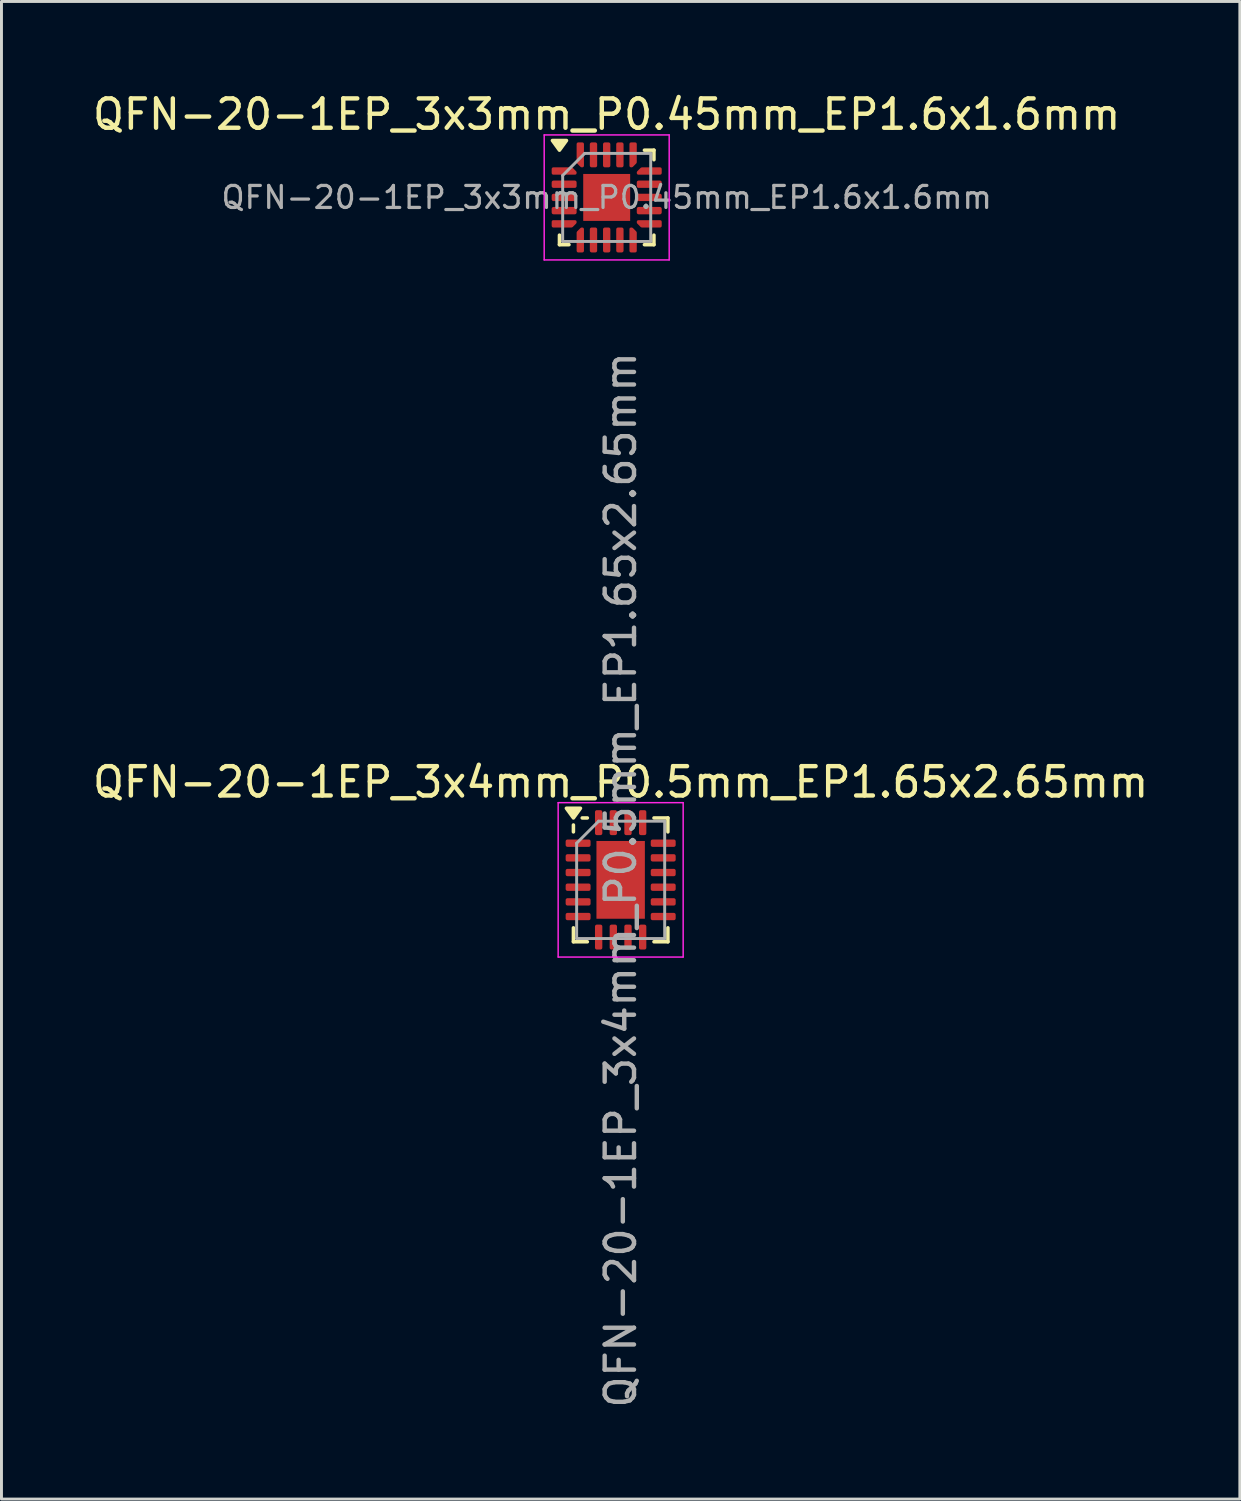
<source format=kicad_pcb>
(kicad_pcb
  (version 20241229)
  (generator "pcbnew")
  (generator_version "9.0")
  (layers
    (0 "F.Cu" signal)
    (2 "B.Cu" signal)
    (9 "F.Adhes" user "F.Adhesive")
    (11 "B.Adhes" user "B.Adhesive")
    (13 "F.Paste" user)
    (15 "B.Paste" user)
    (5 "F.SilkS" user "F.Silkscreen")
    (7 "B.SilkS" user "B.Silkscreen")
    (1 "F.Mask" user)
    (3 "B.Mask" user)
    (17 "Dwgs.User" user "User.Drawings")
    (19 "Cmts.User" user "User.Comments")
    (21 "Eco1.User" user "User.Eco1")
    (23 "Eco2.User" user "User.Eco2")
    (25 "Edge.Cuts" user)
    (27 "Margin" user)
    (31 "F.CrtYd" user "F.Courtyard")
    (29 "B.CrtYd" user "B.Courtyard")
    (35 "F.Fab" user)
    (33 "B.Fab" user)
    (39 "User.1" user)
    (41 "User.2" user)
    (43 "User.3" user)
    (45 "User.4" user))
  (footprint "QFN-20-1EP_3x4mm_P0.5mm_EP1.65x2.65mm"
    (layer "F.Cu")
    (at 18.101 26.934)
    (property "Reference" "QFN-20-1EP_3x4mm_P0.5mm_EP1.65x2.65mm" (at 0 -3.33 0) (layer "F.SilkS") (effects (font (size 1 1) (thickness 0.15))))
    (attr smd)
    (fp_line (start -1.61 -1.635) (end -1.61 -1.87) (stroke (width 0.12) (type solid)) (layer "F.SilkS"))
    (fp_line (start -1.61 2.11) (end -1.61 1.635) (stroke (width 0.12) (type solid)) (layer "F.SilkS"))
    (fp_line (start -1.135 -2.11) (end -1.31 -2.11) (stroke (width 0.12) (type solid)) (layer "F.SilkS"))
    (fp_line (start -1.135 2.11) (end -1.61 2.11) (stroke (width 0.12) (type solid)) (layer "F.SilkS"))
    (fp_line (start 1.135 -2.11) (end 1.61 -2.11) (stroke (width 0.12) (type solid)) (layer "F.SilkS"))
    (fp_line (start 1.135 2.11) (end 1.61 2.11) (stroke (width 0.12) (type solid)) (layer "F.SilkS"))
    (fp_line (start 1.61 -2.11) (end 1.61 -1.635) (stroke (width 0.12) (type solid)) (layer "F.SilkS"))
    (fp_line (start 1.61 2.11) (end 1.61 1.635) (stroke (width 0.12) (type solid)) (layer "F.SilkS"))
    (fp_poly (pts (xy -1.61 -2.11) (xy -1.85 -2.44) (xy -1.37 -2.44) (xy -1.61 -2.11)) (stroke (width 0.12) (type solid)) (fill yes) (layer "F.SilkS"))
    (fp_line (start -2.13 -2.63) (end -2.13 2.63) (stroke (width 0.05) (type solid)) (layer "F.CrtYd"))
    (fp_line (start -2.13 2.63) (end 2.13 2.63) (stroke (width 0.05) (type solid)) (layer "F.CrtYd"))
    (fp_line (start 2.13 -2.63) (end -2.13 -2.63) (stroke (width 0.05) (type solid)) (layer "F.CrtYd"))
    (fp_line (start 2.13 2.63) (end 2.13 -2.63) (stroke (width 0.05) (type solid)) (layer "F.CrtYd"))
    (fp_line (start -1.5 -1.25) (end -0.75 -2) (stroke (width 0.1) (type solid)) (layer "F.Fab"))
    (fp_line (start -1.5 2) (end -1.5 -1.25) (stroke (width 0.1) (type solid)) (layer "F.Fab"))
    (fp_line (start -0.75 -2) (end 1.5 -2) (stroke (width 0.1) (type solid)) (layer "F.Fab"))
    (fp_line (start 1.5 -2) (end 1.5 2) (stroke (width 0.1) (type solid)) (layer "F.Fab"))
    (fp_line (start 1.5 2) (end -1.5 2) (stroke (width 0.1) (type solid)) (layer "F.Fab"))
    (fp_text user "${REFERENCE}" (at 0 0 90) (layer "F.Fab") (effects (font (size 1 1) (thickness 0.15))))
    (pad "" smd roundrect (at -0.41 -0.66) (size 0.67 1.07) (layers "F.Paste") (roundrect_rratio 0.25))
    (pad "" smd roundrect (at -0.41 0.66) (size 0.67 1.07) (layers "F.Paste") (roundrect_rratio 0.25))
    (pad "" smd roundrect (at 0.41 -0.66) (size 0.67 1.07) (layers "F.Paste") (roundrect_rratio 0.25))
    (pad "" smd roundrect (at 0.41 0.66) (size 0.67 1.07) (layers "F.Paste") (roundrect_rratio 0.25))
    (pad "1" smd roundrect (at -1.45 -1.25) (size 0.85 0.25) (layers "F.Cu" "F.Mask" "F.Paste") (roundrect_rratio 0.25))
    (pad "2" smd roundrect (at -1.45 -0.75) (size 0.85 0.25) (layers "F.Cu" "F.Mask" "F.Paste") (roundrect_rratio 0.25))
    (pad "3" smd roundrect (at -1.45 -0.25) (size 0.85 0.25) (layers "F.Cu" "F.Mask" "F.Paste") (roundrect_rratio 0.25))
    (pad "4" smd roundrect (at -1.45 0.25) (size 0.85 0.25) (layers "F.Cu" "F.Mask" "F.Paste") (roundrect_rratio 0.25))
    (pad "5" smd roundrect (at -1.45 0.75) (size 0.85 0.25) (layers "F.Cu" "F.Mask" "F.Paste") (roundrect_rratio 0.25))
    (pad "6" smd roundrect (at -1.45 1.25) (size 0.85 0.25) (layers "F.Cu" "F.Mask" "F.Paste") (roundrect_rratio 0.25))
    (pad "7" smd roundrect (at -0.75 1.95) (size 0.25 0.85) (layers "F.Cu" "F.Mask" "F.Paste") (roundrect_rratio 0.25))
    (pad "8" smd roundrect (at -0.25 1.95) (size 0.25 0.85) (layers "F.Cu" "F.Mask" "F.Paste") (roundrect_rratio 0.25))
    (pad "9" smd roundrect (at 0.25 1.95) (size 0.25 0.85) (layers "F.Cu" "F.Mask" "F.Paste") (roundrect_rratio 0.25))
    (pad "10" smd roundrect (at 0.75 1.95) (size 0.25 0.85) (layers "F.Cu" "F.Mask" "F.Paste") (roundrect_rratio 0.25))
    (pad "11" smd roundrect (at 1.45 1.25) (size 0.85 0.25) (layers "F.Cu" "F.Mask" "F.Paste") (roundrect_rratio 0.25))
    (pad "12" smd roundrect (at 1.45 0.75) (size 0.85 0.25) (layers "F.Cu" "F.Mask" "F.Paste") (roundrect_rratio 0.25))
    (pad "13" smd roundrect (at 1.45 0.25) (size 0.85 0.25) (layers "F.Cu" "F.Mask" "F.Paste") (roundrect_rratio 0.25))
    (pad "14" smd roundrect (at 1.45 -0.25) (size 0.85 0.25) (layers "F.Cu" "F.Mask" "F.Paste") (roundrect_rratio 0.25))
    (pad "15" smd roundrect (at 1.45 -0.75) (size 0.85 0.25) (layers "F.Cu" "F.Mask" "F.Paste") (roundrect_rratio 0.25))
    (pad "16" smd roundrect (at 1.45 -1.25) (size 0.85 0.25) (layers "F.Cu" "F.Mask" "F.Paste") (roundrect_rratio 0.25))
    (pad "17" smd roundrect (at 0.75 -1.95) (size 0.25 0.85) (layers "F.Cu" "F.Mask" "F.Paste") (roundrect_rratio 0.25))
    (pad "18" smd roundrect (at 0.25 -1.95) (size 0.25 0.85) (layers "F.Cu" "F.Mask" "F.Paste") (roundrect_rratio 0.25))
    (pad "19" smd roundrect (at -0.25 -1.95) (size 0.25 0.85) (layers "F.Cu" "F.Mask" "F.Paste") (roundrect_rratio 0.25))
    (pad "20" smd roundrect (at -0.75 -1.95) (size 0.25 0.85) (layers "F.Cu" "F.Mask" "F.Paste") (roundrect_rratio 0.25))
    (pad "21" smd rect (at 0 0) (size 1.65 2.65) (property pad_prop_heatsink) (layers "F.Cu" "F.Mask")))
  (footprint "QFN-20-1EP_3x3mm_P0.45mm_EP1.6x1.6mm"
    (layer "F.Cu")
    (at 17.625 3.678)
    (property "Reference" "QFN-20-1EP_3x3mm_P0.45mm_EP1.6x1.6mm" (at 0 -2.83 0) (layer "F.SilkS") (effects (font (size 1 1) (thickness 0.15))))
    (attr smd)
    (fp_line (start -1.61 1.61) (end -1.61 1.285) (stroke (width 0.12) (type solid)) (layer "F.SilkS"))
    (fp_line (start -1.285 1.61) (end -1.61 1.61) (stroke (width 0.12) (type solid)) (layer "F.SilkS"))
    (fp_line (start 1.285 -1.61) (end 1.61 -1.61) (stroke (width 0.12) (type solid)) (layer "F.SilkS"))
    (fp_line (start 1.285 1.61) (end 1.61 1.61) (stroke (width 0.12) (type solid)) (layer "F.SilkS"))
    (fp_line (start 1.61 -1.61) (end 1.61 -1.285) (stroke (width 0.12) (type solid)) (layer "F.SilkS"))
    (fp_line (start 1.61 1.61) (end 1.61 1.285) (stroke (width 0.12) (type solid)) (layer "F.SilkS"))
    (fp_poly (pts (xy -1.61 -1.61) (xy -1.85 -1.94) (xy -1.37 -1.94) (xy -1.61 -1.61)) (stroke (width 0.12) (type solid)) (fill yes) (layer "F.SilkS"))
    (fp_line (start -2.13 -2.13) (end -2.13 2.13) (stroke (width 0.05) (type solid)) (layer "F.CrtYd"))
    (fp_line (start -2.13 2.13) (end 2.13 2.13) (stroke (width 0.05) (type solid)) (layer "F.CrtYd"))
    (fp_line (start 2.13 -2.13) (end -2.13 -2.13) (stroke (width 0.05) (type solid)) (layer "F.CrtYd"))
    (fp_line (start 2.13 2.13) (end 2.13 -2.13) (stroke (width 0.05) (type solid)) (layer "F.CrtYd"))
    (fp_line (start -1.5 -0.75) (end -0.75 -1.5) (stroke (width 0.1) (type solid)) (layer "F.Fab"))
    (fp_line (start -1.5 1.5) (end -1.5 -0.75) (stroke (width 0.1) (type solid)) (layer "F.Fab"))
    (fp_line (start -0.75 -1.5) (end 1.5 -1.5) (stroke (width 0.1) (type solid)) (layer "F.Fab"))
    (fp_line (start 1.5 -1.5) (end 1.5 1.5) (stroke (width 0.1) (type solid)) (layer "F.Fab"))
    (fp_line (start 1.5 1.5) (end -1.5 1.5) (stroke (width 0.1) (type solid)) (layer "F.Fab"))
    (fp_text user "${REFERENCE}" (at 0 0 0) (layer "F.Fab") (effects (font (size 0.75 0.75) (thickness 0.11))))
    (pad "" smd roundrect (at -0.4 -0.4) (size 0.64 0.64) (layers "F.Paste") (roundrect_rratio 0.25))
    (pad "" smd roundrect (at -0.4 0.4) (size 0.64 0.64) (layers "F.Paste") (roundrect_rratio 0.25))
    (pad "" smd roundrect (at 0.4 -0.4) (size 0.64 0.64) (layers "F.Paste") (roundrect_rratio 0.25))
    (pad "" smd roundrect (at 0.4 0.4) (size 0.64 0.64) (layers "F.Paste") (roundrect_rratio 0.25))
    (pad "1" smd custom (at -1.45 -0.9) (size 0.144 0.144) (layers "F.Cu" "F.Mask" "F.Paste") (options (anchor circle)) (primitives (gr_poly (pts (xy -0.375 -0.075) (xy 0.254 -0.075) (xy 0.375 0.046) (xy 0.375 0.075) (xy -0.375 0.075)) (width 0.1) (fill yes))))
    (pad "2" smd roundrect (at -1.45 -0.45) (size 0.85 0.25) (layers "F.Cu" "F.Mask" "F.Paste") (roundrect_rratio 0.25))
    (pad "3" smd roundrect (at -1.45 0) (size 0.85 0.25) (layers "F.Cu" "F.Mask" "F.Paste") (roundrect_rratio 0.25))
    (pad "4" smd roundrect (at -1.45 0.45) (size 0.85 0.25) (layers "F.Cu" "F.Mask" "F.Paste") (roundrect_rratio 0.25))
    (pad "5" smd custom (at -1.45 0.9) (size 0.144 0.144) (layers "F.Cu" "F.Mask" "F.Paste") (options (anchor circle)) (primitives (gr_poly (pts (xy -0.375 -0.075) (xy 0.375 -0.075) (xy 0.375 -0.046) (xy 0.254 0.075) (xy -0.375 0.075)) (width 0.1) (fill yes))))
    (pad "6" smd custom (at -0.9 1.45) (size 0.144 0.144) (layers "F.Cu" "F.Mask" "F.Paste") (options (anchor circle)) (primitives (gr_poly (pts (xy -0.075 -0.254) (xy 0.046 -0.375) (xy 0.075 -0.375) (xy 0.075 0.375) (xy -0.075 0.375)) (width 0.1) (fill yes))))
    (pad "7" smd roundrect (at -0.45 1.45) (size 0.25 0.85) (layers "F.Cu" "F.Mask" "F.Paste") (roundrect_rratio 0.25))
    (pad "8" smd roundrect (at 0 1.45) (size 0.25 0.85) (layers "F.Cu" "F.Mask" "F.Paste") (roundrect_rratio 0.25))
    (pad "9" smd roundrect (at 0.45 1.45) (size 0.25 0.85) (layers "F.Cu" "F.Mask" "F.Paste") (roundrect_rratio 0.25))
    (pad "10" smd custom (at 0.9 1.45) (size 0.144 0.144) (layers "F.Cu" "F.Mask" "F.Paste") (options (anchor circle)) (primitives (gr_poly (pts (xy -0.075 -0.375) (xy -0.046 -0.375) (xy 0.075 -0.254) (xy 0.075 0.375) (xy -0.075 0.375)) (width 0.1) (fill yes))))
    (pad "11" smd custom (at 1.45 0.9) (size 0.144 0.144) (layers "F.Cu" "F.Mask" "F.Paste") (options (anchor circle)) (primitives (gr_poly (pts (xy -0.375 -0.075) (xy 0.375 -0.075) (xy 0.375 0.075) (xy -0.254 0.075) (xy -0.375 -0.046)) (width 0.1) (fill yes))))
    (pad "12" smd roundrect (at 1.45 0.45) (size 0.85 0.25) (layers "F.Cu" "F.Mask" "F.Paste") (roundrect_rratio 0.25))
    (pad "13" smd roundrect (at 1.45 0) (size 0.85 0.25) (layers "F.Cu" "F.Mask" "F.Paste") (roundrect_rratio 0.25))
    (pad "14" smd roundrect (at 1.45 -0.45) (size 0.85 0.25) (layers "F.Cu" "F.Mask" "F.Paste") (roundrect_rratio 0.25))
    (pad "15" smd custom (at 1.45 -0.9) (size 0.144 0.144) (layers "F.Cu" "F.Mask" "F.Paste") (options (anchor circle)) (primitives (gr_poly (pts (xy -0.375 0.046) (xy -0.254 -0.075) (xy 0.375 -0.075) (xy 0.375 0.075) (xy -0.375 0.075)) (width 0.1) (fill yes))))
    (pad "16" smd custom (at 0.9 -1.45) (size 0.144 0.144) (layers "F.Cu" "F.Mask" "F.Paste") (options (anchor circle)) (primitives (gr_poly (pts (xy -0.075 -0.375) (xy 0.075 -0.375) (xy 0.075 0.254) (xy -0.046 0.375) (xy -0.075 0.375)) (width 0.1) (fill yes))))
    (pad "17" smd roundrect (at 0.45 -1.45) (size 0.25 0.85) (layers "F.Cu" "F.Mask" "F.Paste") (roundrect_rratio 0.25))
    (pad "18" smd roundrect (at 0 -1.45) (size 0.25 0.85) (layers "F.Cu" "F.Mask" "F.Paste") (roundrect_rratio 0.25))
    (pad "19" smd roundrect (at -0.45 -1.45) (size 0.25 0.85) (layers "F.Cu" "F.Mask" "F.Paste") (roundrect_rratio 0.25))
    (pad "20" smd custom (at -0.9 -1.45) (size 0.144 0.144) (layers "F.Cu" "F.Mask" "F.Paste") (options (anchor circle)) (primitives (gr_poly (pts (xy -0.075 -0.375) (xy 0.075 -0.375) (xy 0.075 0.375) (xy 0.046 0.375) (xy -0.075 0.254)) (width 0.1) (fill yes))))
    (pad "21" smd rect (at 0 0) (size 1.6 1.6) (property pad_prop_heatsink) (layers "F.Cu" "F.Mask")))
  (gr_rect
    (start -3 -3)
    (end 39.202 48.036)
    (stroke (width 0.1) (type default))
    (fill no)
    (layer "Edge.Cuts")))
</source>
